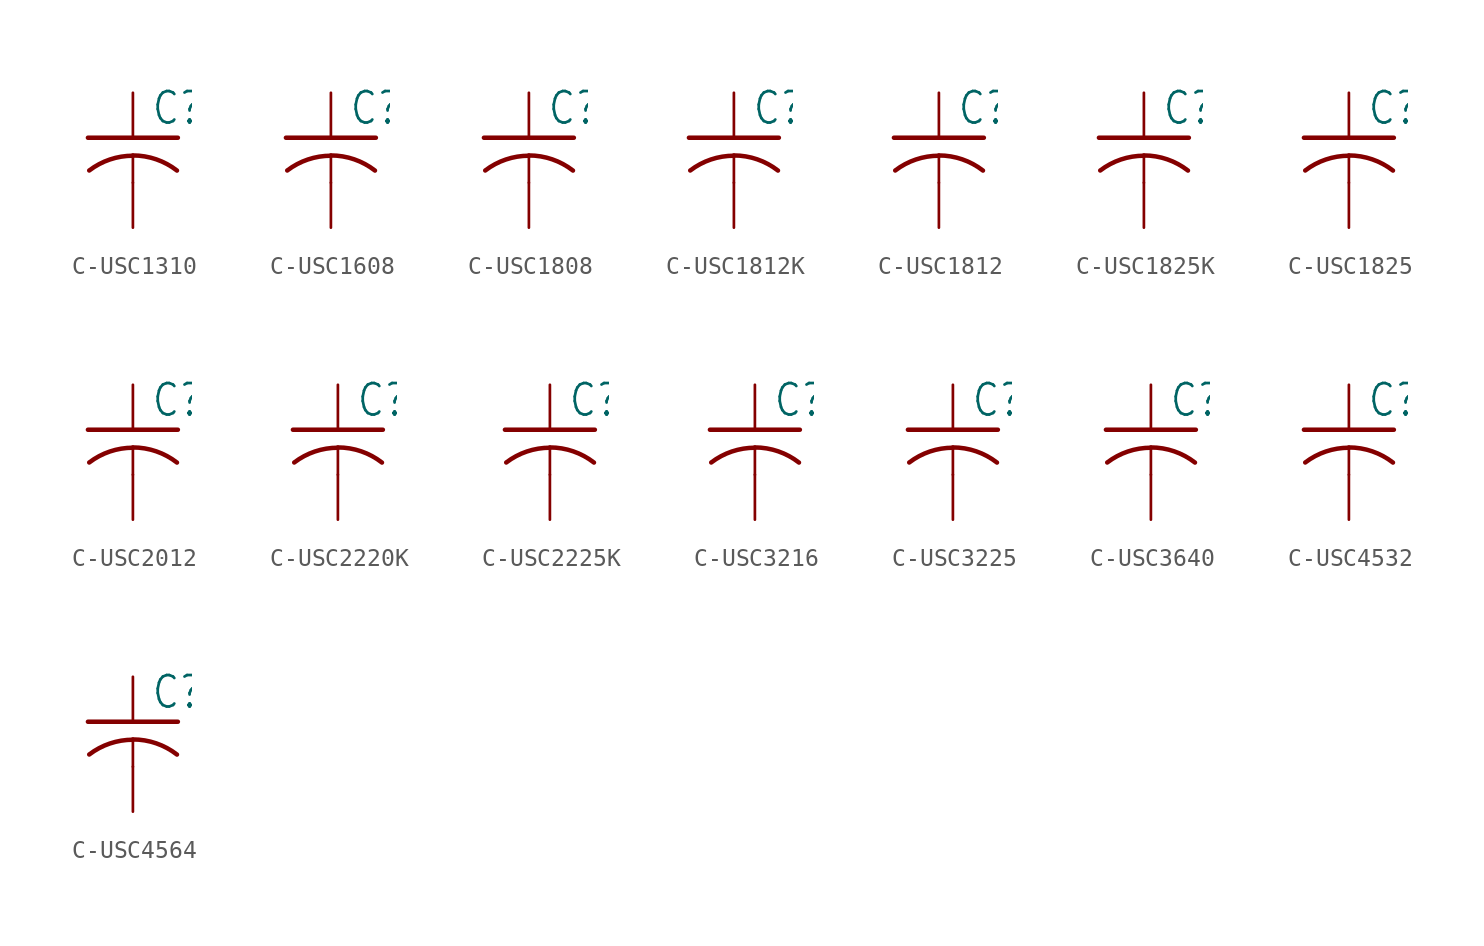
<source format=kicad_sym>
(kicad_symbol_lib
  (version 20231120)
  (generator "kicad_symbol_editor")
  (generator_version "8.0")
  (symbol "C-USC1310"
    (property "Reference" "C"
      (at 1.016 0.635 0)
      (effects (font (size 1.778 1.511)) (justify left bottom)))
    (property "Value" ""
      (at 1.016 -4.191 0)
      (effects (font (size 1.778 1.511)) (justify left bottom)))
    (property "ki_locked" ""
      (at 0 0 0)
      (effects (font (size 1.27 1.27))))
    (symbol "C-USC1310_1_0"
      (arc (start 0 -1.0161) (mid -1.302 -1.2303) (end -2.4668 -1.8504) (stroke (width 0.254) (type solid)) (fill (type none)))
      (polyline (pts (xy -2.54 0) (xy 2.54 0)) (stroke (width 0.254) (type solid)) (fill (type none)))
      (polyline (pts (xy 0 -1.016) (xy 0 -2.54)) (stroke (width 0.152) (type solid)) (fill (type none)))
      (arc (start 2.4892 -1.8541) (mid 1.3158 -1.2194) (end 0 -1) (stroke (width 0.254) (type solid)) (fill (type none)))
      (pin passive line (at 0 2.54 270) (length 2.54) (name "1" (effects (font (size 0 0)))) (number "1" (effects (font (size 0 0)))))
      (pin passive line (at 0 -5.08 90) (length 2.54) (name "2" (effects (font (size 0 0)))) (number "2" (effects (font (size 0 0)))))))
  (symbol "C-USC1608"
    (property "Reference" "C"
      (at 1.016 0.635 0)
      (effects (font (size 1.778 1.511)) (justify left bottom)))
    (property "Value" ""
      (at 1.016 -4.191 0)
      (effects (font (size 1.778 1.511)) (justify left bottom)))
    (property "ki_locked" ""
      (at 0 0 0)
      (effects (font (size 1.27 1.27))))
    (symbol "C-USC1608_1_0"
      (arc (start 0 -1.0161) (mid -1.302 -1.2303) (end -2.4668 -1.8504) (stroke (width 0.254) (type solid)) (fill (type none)))
      (polyline (pts (xy -2.54 0) (xy 2.54 0)) (stroke (width 0.254) (type solid)) (fill (type none)))
      (polyline (pts (xy 0 -1.016) (xy 0 -2.54)) (stroke (width 0.152) (type solid)) (fill (type none)))
      (arc (start 2.4892 -1.8541) (mid 1.3158 -1.2194) (end 0 -1) (stroke (width 0.254) (type solid)) (fill (type none)))
      (pin passive line (at 0 2.54 270) (length 2.54) (name "1" (effects (font (size 0 0)))) (number "1" (effects (font (size 0 0)))))
      (pin passive line (at 0 -5.08 90) (length 2.54) (name "2" (effects (font (size 0 0)))) (number "2" (effects (font (size 0 0)))))))
  (symbol "C-USC1808"
    (property "Reference" "C"
      (at 1.016 0.635 0)
      (effects (font (size 1.778 1.511)) (justify left bottom)))
    (property "Value" ""
      (at 1.016 -4.191 0)
      (effects (font (size 1.778 1.511)) (justify left bottom)))
    (property "ki_locked" ""
      (at 0 0 0)
      (effects (font (size 1.27 1.27))))
    (symbol "C-USC1808_1_0"
      (arc (start 0 -1.0161) (mid -1.302 -1.2303) (end -2.4668 -1.8504) (stroke (width 0.254) (type solid)) (fill (type none)))
      (polyline (pts (xy -2.54 0) (xy 2.54 0)) (stroke (width 0.254) (type solid)) (fill (type none)))
      (polyline (pts (xy 0 -1.016) (xy 0 -2.54)) (stroke (width 0.152) (type solid)) (fill (type none)))
      (arc (start 2.4892 -1.8541) (mid 1.3158 -1.2194) (end 0 -1) (stroke (width 0.254) (type solid)) (fill (type none)))
      (pin passive line (at 0 2.54 270) (length 2.54) (name "1" (effects (font (size 0 0)))) (number "1" (effects (font (size 0 0)))))
      (pin passive line (at 0 -5.08 90) (length 2.54) (name "2" (effects (font (size 0 0)))) (number "2" (effects (font (size 0 0)))))))
  (symbol "C-USC1812K"
    (property "Reference" "C"
      (at 1.016 0.635 0)
      (effects (font (size 1.778 1.511)) (justify left bottom)))
    (property "Value" ""
      (at 1.016 -4.191 0)
      (effects (font (size 1.778 1.511)) (justify left bottom)))
    (property "ki_locked" ""
      (at 0 0 0)
      (effects (font (size 1.27 1.27))))
    (symbol "C-USC1812K_1_0"
      (arc (start 0 -1.0161) (mid -1.302 -1.2303) (end -2.4668 -1.8504) (stroke (width 0.254) (type solid)) (fill (type none)))
      (polyline (pts (xy -2.54 0) (xy 2.54 0)) (stroke (width 0.254) (type solid)) (fill (type none)))
      (polyline (pts (xy 0 -1.016) (xy 0 -2.54)) (stroke (width 0.152) (type solid)) (fill (type none)))
      (arc (start 2.4892 -1.8541) (mid 1.3158 -1.2194) (end 0 -1) (stroke (width 0.254) (type solid)) (fill (type none)))
      (pin passive line (at 0 2.54 270) (length 2.54) (name "1" (effects (font (size 0 0)))) (number "1" (effects (font (size 0 0)))))
      (pin passive line (at 0 -5.08 90) (length 2.54) (name "2" (effects (font (size 0 0)))) (number "2" (effects (font (size 0 0)))))))
  (symbol "C-USC1812"
    (property "Reference" "C"
      (at 1.016 0.635 0)
      (effects (font (size 1.778 1.511)) (justify left bottom)))
    (property "Value" ""
      (at 1.016 -4.191 0)
      (effects (font (size 1.778 1.511)) (justify left bottom)))
    (property "ki_locked" ""
      (at 0 0 0)
      (effects (font (size 1.27 1.27))))
    (symbol "C-USC1812_1_0"
      (arc (start 0 -1.0161) (mid -1.302 -1.2303) (end -2.4668 -1.8504) (stroke (width 0.254) (type solid)) (fill (type none)))
      (polyline (pts (xy -2.54 0) (xy 2.54 0)) (stroke (width 0.254) (type solid)) (fill (type none)))
      (polyline (pts (xy 0 -1.016) (xy 0 -2.54)) (stroke (width 0.152) (type solid)) (fill (type none)))
      (arc (start 2.4892 -1.8541) (mid 1.3158 -1.2194) (end 0 -1) (stroke (width 0.254) (type solid)) (fill (type none)))
      (pin passive line (at 0 2.54 270) (length 2.54) (name "1" (effects (font (size 0 0)))) (number "1" (effects (font (size 0 0)))))
      (pin passive line (at 0 -5.08 90) (length 2.54) (name "2" (effects (font (size 0 0)))) (number "2" (effects (font (size 0 0)))))))
  (symbol "C-USC1825K"
    (property "Reference" "C"
      (at 1.016 0.635 0)
      (effects (font (size 1.778 1.511)) (justify left bottom)))
    (property "Value" ""
      (at 1.016 -4.191 0)
      (effects (font (size 1.778 1.511)) (justify left bottom)))
    (property "ki_locked" ""
      (at 0 0 0)
      (effects (font (size 1.27 1.27))))
    (symbol "C-USC1825K_1_0"
      (arc (start 0 -1.0161) (mid -1.302 -1.2303) (end -2.4668 -1.8504) (stroke (width 0.254) (type solid)) (fill (type none)))
      (polyline (pts (xy -2.54 0) (xy 2.54 0)) (stroke (width 0.254) (type solid)) (fill (type none)))
      (polyline (pts (xy 0 -1.016) (xy 0 -2.54)) (stroke (width 0.152) (type solid)) (fill (type none)))
      (arc (start 2.4892 -1.8541) (mid 1.3158 -1.2194) (end 0 -1) (stroke (width 0.254) (type solid)) (fill (type none)))
      (pin passive line (at 0 2.54 270) (length 2.54) (name "1" (effects (font (size 0 0)))) (number "1" (effects (font (size 0 0)))))
      (pin passive line (at 0 -5.08 90) (length 2.54) (name "2" (effects (font (size 0 0)))) (number "2" (effects (font (size 0 0)))))))
  (symbol "C-USC1825"
    (property "Reference" "C"
      (at 1.016 0.635 0)
      (effects (font (size 1.778 1.511)) (justify left bottom)))
    (property "Value" ""
      (at 1.016 -4.191 0)
      (effects (font (size 1.778 1.511)) (justify left bottom)))
    (property "ki_locked" ""
      (at 0 0 0)
      (effects (font (size 1.27 1.27))))
    (symbol "C-USC1825_1_0"
      (arc (start 0 -1.0161) (mid -1.302 -1.2303) (end -2.4668 -1.8504) (stroke (width 0.254) (type solid)) (fill (type none)))
      (polyline (pts (xy -2.54 0) (xy 2.54 0)) (stroke (width 0.254) (type solid)) (fill (type none)))
      (polyline (pts (xy 0 -1.016) (xy 0 -2.54)) (stroke (width 0.152) (type solid)) (fill (type none)))
      (arc (start 2.4892 -1.8541) (mid 1.3158 -1.2194) (end 0 -1) (stroke (width 0.254) (type solid)) (fill (type none)))
      (pin passive line (at 0 2.54 270) (length 2.54) (name "1" (effects (font (size 0 0)))) (number "1" (effects (font (size 0 0)))))
      (pin passive line (at 0 -5.08 90) (length 2.54) (name "2" (effects (font (size 0 0)))) (number "2" (effects (font (size 0 0)))))))
  (symbol "C-USC2012"
    (property "Reference" "C"
      (at 1.016 0.635 0)
      (effects (font (size 1.778 1.511)) (justify left bottom)))
    (property "Value" ""
      (at 1.016 -4.191 0)
      (effects (font (size 1.778 1.511)) (justify left bottom)))
    (property "ki_locked" ""
      (at 0 0 0)
      (effects (font (size 1.27 1.27))))
    (symbol "C-USC2012_1_0"
      (arc (start 0 -1.0161) (mid -1.302 -1.2303) (end -2.4668 -1.8504) (stroke (width 0.254) (type solid)) (fill (type none)))
      (polyline (pts (xy -2.54 0) (xy 2.54 0)) (stroke (width 0.254) (type solid)) (fill (type none)))
      (polyline (pts (xy 0 -1.016) (xy 0 -2.54)) (stroke (width 0.152) (type solid)) (fill (type none)))
      (arc (start 2.4892 -1.8541) (mid 1.3158 -1.2194) (end 0 -1) (stroke (width 0.254) (type solid)) (fill (type none)))
      (pin passive line (at 0 2.54 270) (length 2.54) (name "1" (effects (font (size 0 0)))) (number "1" (effects (font (size 0 0)))))
      (pin passive line (at 0 -5.08 90) (length 2.54) (name "2" (effects (font (size 0 0)))) (number "2" (effects (font (size 0 0)))))))
  (symbol "C-USC2220K"
    (property "Reference" "C"
      (at 1.016 0.635 0)
      (effects (font (size 1.778 1.511)) (justify left bottom)))
    (property "Value" ""
      (at 1.016 -4.191 0)
      (effects (font (size 1.778 1.511)) (justify left bottom)))
    (property "ki_locked" ""
      (at 0 0 0)
      (effects (font (size 1.27 1.27))))
    (symbol "C-USC2220K_1_0"
      (arc (start 0 -1.0161) (mid -1.302 -1.2303) (end -2.4668 -1.8504) (stroke (width 0.254) (type solid)) (fill (type none)))
      (polyline (pts (xy -2.54 0) (xy 2.54 0)) (stroke (width 0.254) (type solid)) (fill (type none)))
      (polyline (pts (xy 0 -1.016) (xy 0 -2.54)) (stroke (width 0.152) (type solid)) (fill (type none)))
      (arc (start 2.4892 -1.8541) (mid 1.3158 -1.2194) (end 0 -1) (stroke (width 0.254) (type solid)) (fill (type none)))
      (pin passive line (at 0 2.54 270) (length 2.54) (name "1" (effects (font (size 0 0)))) (number "1" (effects (font (size 0 0)))))
      (pin passive line (at 0 -5.08 90) (length 2.54) (name "2" (effects (font (size 0 0)))) (number "2" (effects (font (size 0 0)))))))
  (symbol "C-USC2225K"
    (property "Reference" "C"
      (at 1.016 0.635 0)
      (effects (font (size 1.778 1.511)) (justify left bottom)))
    (property "Value" ""
      (at 1.016 -4.191 0)
      (effects (font (size 1.778 1.511)) (justify left bottom)))
    (property "ki_locked" ""
      (at 0 0 0)
      (effects (font (size 1.27 1.27))))
    (symbol "C-USC2225K_1_0"
      (arc (start 0 -1.0161) (mid -1.302 -1.2303) (end -2.4668 -1.8504) (stroke (width 0.254) (type solid)) (fill (type none)))
      (polyline (pts (xy -2.54 0) (xy 2.54 0)) (stroke (width 0.254) (type solid)) (fill (type none)))
      (polyline (pts (xy 0 -1.016) (xy 0 -2.54)) (stroke (width 0.152) (type solid)) (fill (type none)))
      (arc (start 2.4892 -1.8541) (mid 1.3158 -1.2194) (end 0 -1) (stroke (width 0.254) (type solid)) (fill (type none)))
      (pin passive line (at 0 2.54 270) (length 2.54) (name "1" (effects (font (size 0 0)))) (number "1" (effects (font (size 0 0)))))
      (pin passive line (at 0 -5.08 90) (length 2.54) (name "2" (effects (font (size 0 0)))) (number "2" (effects (font (size 0 0)))))))
  (symbol "C-USC3216"
    (property "Reference" "C"
      (at 1.016 0.635 0)
      (effects (font (size 1.778 1.511)) (justify left bottom)))
    (property "Value" ""
      (at 1.016 -4.191 0)
      (effects (font (size 1.778 1.511)) (justify left bottom)))
    (property "ki_locked" ""
      (at 0 0 0)
      (effects (font (size 1.27 1.27))))
    (symbol "C-USC3216_1_0"
      (arc (start 0 -1.0161) (mid -1.302 -1.2303) (end -2.4668 -1.8504) (stroke (width 0.254) (type solid)) (fill (type none)))
      (polyline (pts (xy -2.54 0) (xy 2.54 0)) (stroke (width 0.254) (type solid)) (fill (type none)))
      (polyline (pts (xy 0 -1.016) (xy 0 -2.54)) (stroke (width 0.152) (type solid)) (fill (type none)))
      (arc (start 2.4892 -1.8541) (mid 1.3158 -1.2194) (end 0 -1) (stroke (width 0.254) (type solid)) (fill (type none)))
      (pin passive line (at 0 2.54 270) (length 2.54) (name "1" (effects (font (size 0 0)))) (number "1" (effects (font (size 0 0)))))
      (pin passive line (at 0 -5.08 90) (length 2.54) (name "2" (effects (font (size 0 0)))) (number "2" (effects (font (size 0 0)))))))
  (symbol "C-USC3225"
    (property "Reference" "C"
      (at 1.016 0.635 0)
      (effects (font (size 1.778 1.511)) (justify left bottom)))
    (property "Value" ""
      (at 1.016 -4.191 0)
      (effects (font (size 1.778 1.511)) (justify left bottom)))
    (property "ki_locked" ""
      (at 0 0 0)
      (effects (font (size 1.27 1.27))))
    (symbol "C-USC3225_1_0"
      (arc (start 0 -1.0161) (mid -1.302 -1.2303) (end -2.4668 -1.8504) (stroke (width 0.254) (type solid)) (fill (type none)))
      (polyline (pts (xy -2.54 0) (xy 2.54 0)) (stroke (width 0.254) (type solid)) (fill (type none)))
      (polyline (pts (xy 0 -1.016) (xy 0 -2.54)) (stroke (width 0.152) (type solid)) (fill (type none)))
      (arc (start 2.4892 -1.8541) (mid 1.3158 -1.2194) (end 0 -1) (stroke (width 0.254) (type solid)) (fill (type none)))
      (pin passive line (at 0 2.54 270) (length 2.54) (name "1" (effects (font (size 0 0)))) (number "1" (effects (font (size 0 0)))))
      (pin passive line (at 0 -5.08 90) (length 2.54) (name "2" (effects (font (size 0 0)))) (number "2" (effects (font (size 0 0)))))))
  (symbol "C-USC3640"
    (property "Reference" "C"
      (at 1.016 0.635 0)
      (effects (font (size 1.778 1.511)) (justify left bottom)))
    (property "Value" ""
      (at 1.016 -4.191 0)
      (effects (font (size 1.778 1.511)) (justify left bottom)))
    (property "ki_locked" ""
      (at 0 0 0)
      (effects (font (size 1.27 1.27))))
    (symbol "C-USC3640_1_0"
      (arc (start 0 -1.0161) (mid -1.302 -1.2303) (end -2.4668 -1.8504) (stroke (width 0.254) (type solid)) (fill (type none)))
      (polyline (pts (xy -2.54 0) (xy 2.54 0)) (stroke (width 0.254) (type solid)) (fill (type none)))
      (polyline (pts (xy 0 -1.016) (xy 0 -2.54)) (stroke (width 0.152) (type solid)) (fill (type none)))
      (arc (start 2.4892 -1.8541) (mid 1.3158 -1.2194) (end 0 -1) (stroke (width 0.254) (type solid)) (fill (type none)))
      (pin passive line (at 0 2.54 270) (length 2.54) (name "1" (effects (font (size 0 0)))) (number "1" (effects (font (size 0 0)))))
      (pin passive line (at 0 -5.08 90) (length 2.54) (name "2" (effects (font (size 0 0)))) (number "2" (effects (font (size 0 0)))))))
  (symbol "C-USC4532"
    (property "Reference" "C"
      (at 1.016 0.635 0)
      (effects (font (size 1.778 1.511)) (justify left bottom)))
    (property "Value" ""
      (at 1.016 -4.191 0)
      (effects (font (size 1.778 1.511)) (justify left bottom)))
    (property "ki_locked" ""
      (at 0 0 0)
      (effects (font (size 1.27 1.27))))
    (symbol "C-USC4532_1_0"
      (arc (start 0 -1.0161) (mid -1.302 -1.2303) (end -2.4668 -1.8504) (stroke (width 0.254) (type solid)) (fill (type none)))
      (polyline (pts (xy -2.54 0) (xy 2.54 0)) (stroke (width 0.254) (type solid)) (fill (type none)))
      (polyline (pts (xy 0 -1.016) (xy 0 -2.54)) (stroke (width 0.152) (type solid)) (fill (type none)))
      (arc (start 2.4892 -1.8541) (mid 1.3158 -1.2194) (end 0 -1) (stroke (width 0.254) (type solid)) (fill (type none)))
      (pin passive line (at 0 2.54 270) (length 2.54) (name "1" (effects (font (size 0 0)))) (number "1" (effects (font (size 0 0)))))
      (pin passive line (at 0 -5.08 90) (length 2.54) (name "2" (effects (font (size 0 0)))) (number "2" (effects (font (size 0 0)))))))
  (symbol "C-USC4564"
    (property "Reference" "C"
      (at 1.016 0.635 0)
      (effects (font (size 1.778 1.511)) (justify left bottom)))
    (property "Value" ""
      (at 1.016 -4.191 0)
      (effects (font (size 1.778 1.511)) (justify left bottom)))
    (property "ki_locked" ""
      (at 0 0 0)
      (effects (font (size 1.27 1.27))))
    (symbol "C-USC4564_1_0"
      (arc (start 0 -1.0161) (mid -1.302 -1.2303) (end -2.4668 -1.8504) (stroke (width 0.254) (type solid)) (fill (type none)))
      (polyline (pts (xy -2.54 0) (xy 2.54 0)) (stroke (width 0.254) (type solid)) (fill (type none)))
      (polyline (pts (xy 0 -1.016) (xy 0 -2.54)) (stroke (width 0.152) (type solid)) (fill (type none)))
      (arc (start 2.4892 -1.8541) (mid 1.3158 -1.2194) (end 0 -1) (stroke (width 0.254) (type solid)) (fill (type none)))
      (pin passive line (at 0 2.54 270) (length 2.54) (name "1" (effects (font (size 0 0)))) (number "1" (effects (font (size 0 0)))))
      (pin passive line (at 0 -5.08 90) (length 2.54) (name "2" (effects (font (size 0 0)))) (number "2" (effects (font (size 0 0))))))))
</source>
